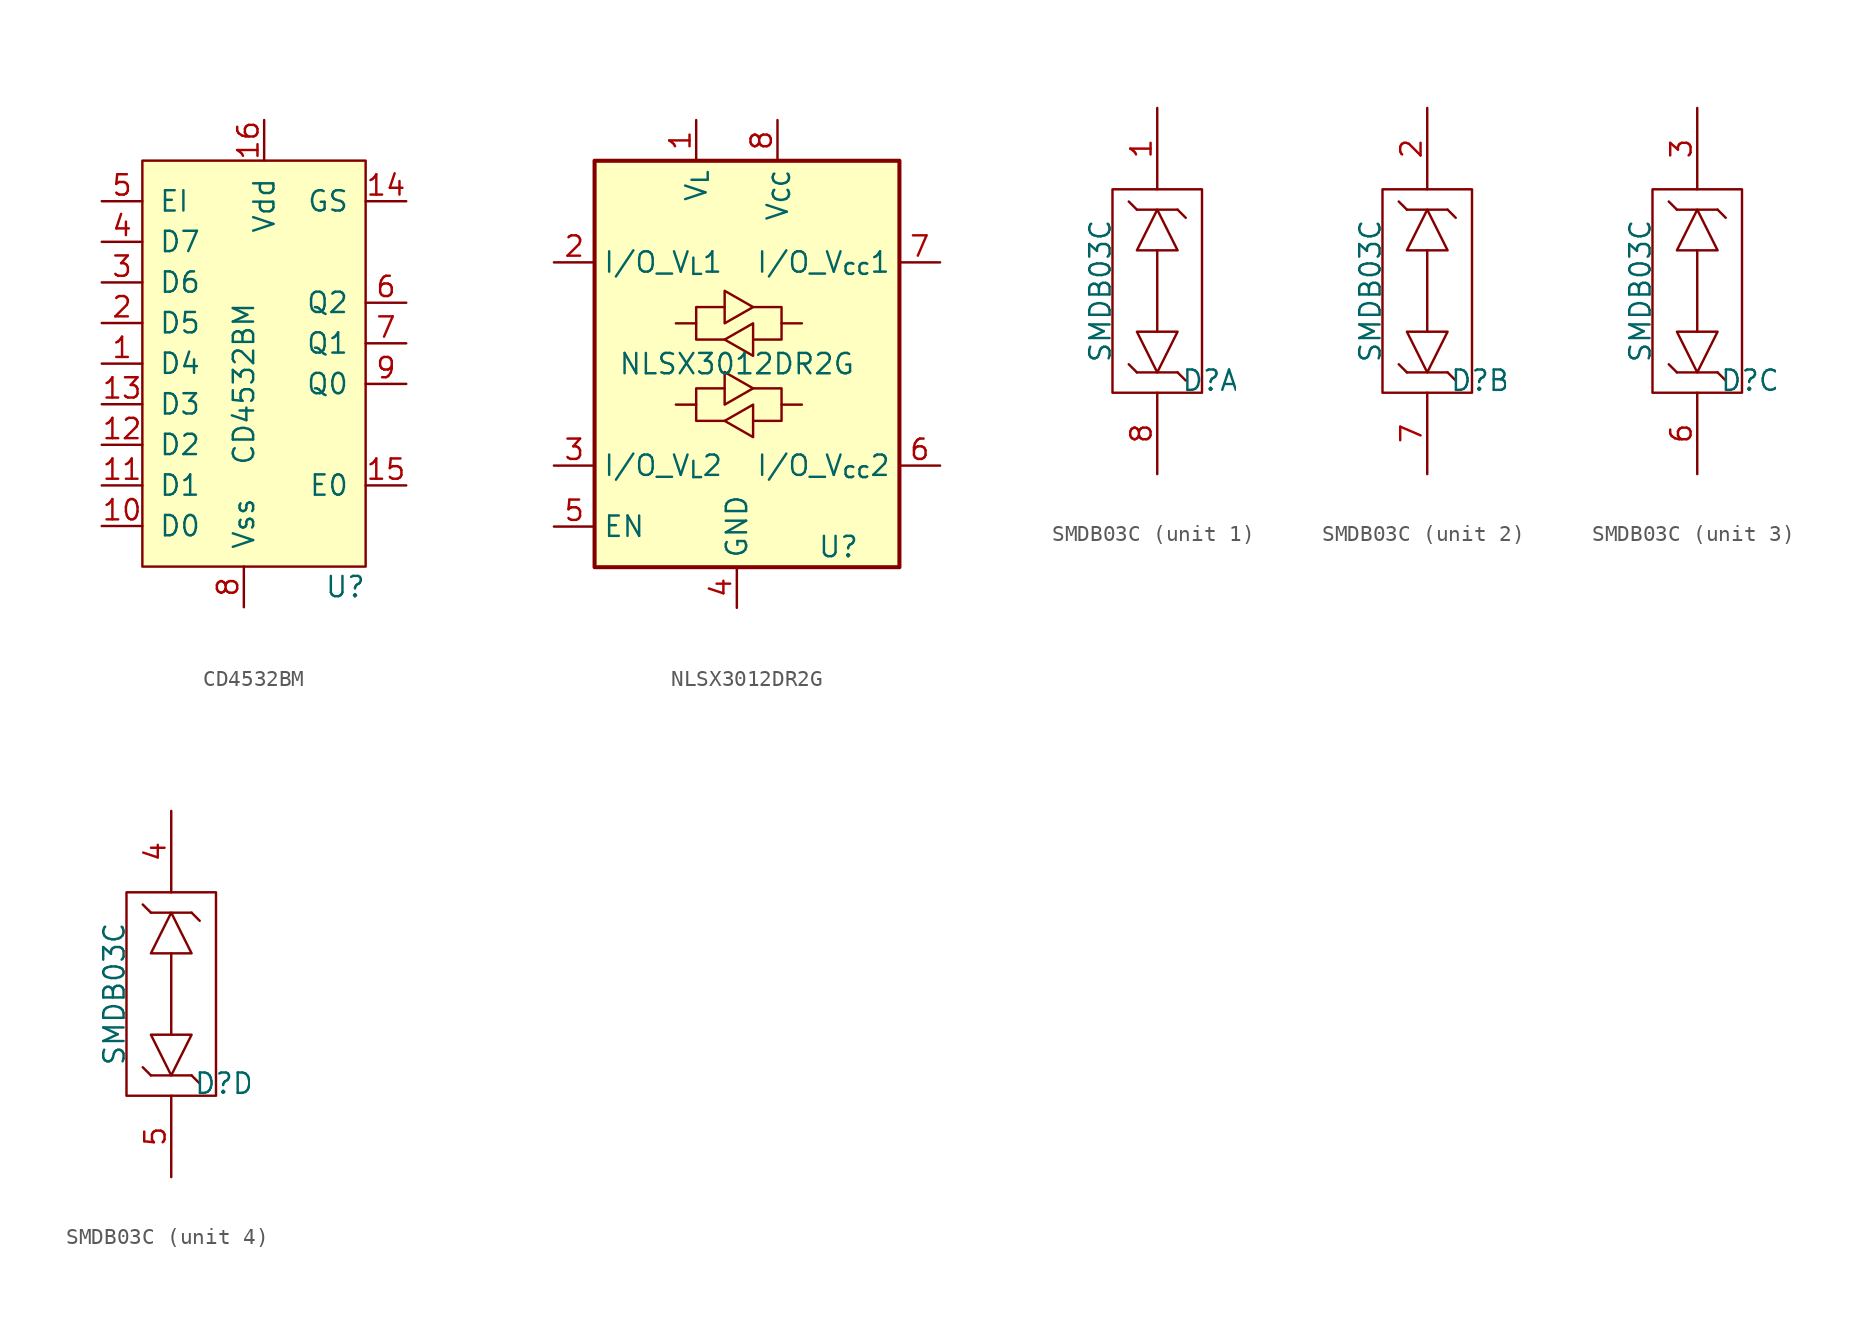
<source format=kicad_sym>
(kicad_symbol_lib
  (version 20211014)
  (generator kicad_symbol_editor)
  (symbol "CD4532BM"
    (pin_names
      (offset 1.016))
    (property "Reference" "U"
      (at 5.08 -13.97 0)
      (effects (font (size 1.27 1.27))))
    (property "Value" "CD4532BM"
      (at -1.27 -1.27 90)
      (effects (font (size 1.27 1.27))))
    (symbol "CD4532BM_0_1"
      (rectangle (start -7.62 12.7) (end 6.35 -12.7) (stroke (width 0) (type default) (color 0 0 0 0)) (fill (type background))))
    (symbol "CD4532BM_1_1"
      (pin input line (at -10.16 0 0) (length 2.54) (name "D4" (effects (font (size 1.27 1.27)))) (number "1" (effects (font (size 1.27 1.27)))))
      (pin input line (at -10.16 -10.16 0) (length 2.54) (name "D0" (effects (font (size 1.27 1.27)))) (number "10" (effects (font (size 1.27 1.27)))))
      (pin input line (at -10.16 -7.62 0) (length 2.54) (name "D1" (effects (font (size 1.27 1.27)))) (number "11" (effects (font (size 1.27 1.27)))))
      (pin input line (at -10.16 -5.08 0) (length 2.54) (name "D2" (effects (font (size 1.27 1.27)))) (number "12" (effects (font (size 1.27 1.27)))))
      (pin input line (at -10.16 -2.54 0) (length 2.54) (name "D3" (effects (font (size 1.27 1.27)))) (number "13" (effects (font (size 1.27 1.27)))))
      (pin input line (at 8.89 10.16 180) (length 2.54) (name "GS" (effects (font (size 1.27 1.27)))) (number "14" (effects (font (size 1.27 1.27)))))
      (pin input line (at 8.89 -7.62 180) (length 2.54) (name "E0" (effects (font (size 1.27 1.27)))) (number "15" (effects (font (size 1.27 1.27)))))
      (pin power_in line (at 0 15.24 270) (length 2.54) (name "Vdd" (effects (font (size 1.27 1.27)))) (number "16" (effects (font (size 1.27 1.27)))))
      (pin input line (at -10.16 2.54 0) (length 2.54) (name "D5" (effects (font (size 1.27 1.27)))) (number "2" (effects (font (size 1.27 1.27)))))
      (pin input line (at -10.16 5.08 0) (length 2.54) (name "D6" (effects (font (size 1.27 1.27)))) (number "3" (effects (font (size 1.27 1.27)))))
      (pin input line (at -10.16 7.62 0) (length 2.54) (name "D7" (effects (font (size 1.27 1.27)))) (number "4" (effects (font (size 1.27 1.27)))))
      (pin input line (at -10.16 10.16 0) (length 2.54) (name "EI" (effects (font (size 1.27 1.27)))) (number "5" (effects (font (size 1.27 1.27)))))
      (pin input line (at 8.89 3.81 180) (length 2.54) (name "Q2" (effects (font (size 1.27 1.27)))) (number "6" (effects (font (size 1.27 1.27)))))
      (pin input line (at 8.89 1.27 180) (length 2.54) (name "Q1" (effects (font (size 1.27 1.27)))) (number "7" (effects (font (size 1.27 1.27)))))
      (pin power_out line (at -1.27 -15.24 90) (length 2.54) (name "Vss" (effects (font (size 1.27 1.27)))) (number "8" (effects (font (size 1.27 1.27)))))
      (pin input line (at 8.89 -1.27 180) (length 2.54) (name "Q0" (effects (font (size 1.27 1.27)))) (number "9" (effects (font (size 1.27 1.27)))))))
  (symbol "NLSX3012DR2G"
    (property "Reference" "U"
      (at 6.35 -11.43 0)
      (effects (font (size 1.27 1.27))))
    (property "Value" "NLSX3012DR2G"
      (at 0 0 0)
      (effects (font (size 1.27 1.27))))
    (symbol "NLSX3012DR2G_1_1"
      (rectangle (start -8.89 12.7) (end 10.16 -12.7) (stroke (width 0.254) (type default) (color 0 0 0 0)) (fill (type background)))
      (polyline (pts (xy -2.54 -2.54) (xy -2.54 -1.524) (xy -0.762 -1.524)) (stroke (width 0) (type default) (color 0 0 0 0)) (fill (type none)))
      (polyline (pts (xy -2.54 2.54) (xy -2.54 3.556) (xy -0.762 3.556)) (stroke (width 0) (type default) (color 0 0 0 0)) (fill (type none)))
      (polyline (pts (xy 2.794 -2.54) (xy 2.794 -3.556) (xy 1.016 -3.556)) (stroke (width 0) (type default) (color 0 0 0 0)) (fill (type none)))
      (polyline (pts (xy 2.794 2.54) (xy 2.794 1.524) (xy 1.016 1.524)) (stroke (width 0) (type default) (color 0 0 0 0)) (fill (type none)))
      (polyline (pts (xy -0.762 -3.556) (xy -2.54 -3.556) (xy -2.54 -2.54) (xy -3.81 -2.54)) (stroke (width 0) (type default) (color 0 0 0 0)) (fill (type none)))
      (polyline (pts (xy -0.762 -2.54) (xy -0.762 -0.508) (xy 1.016 -1.524) (xy -0.762 -2.54)) (stroke (width 0) (type default) (color 0 0 0 0)) (fill (type none)))
      (polyline (pts (xy -0.762 1.524) (xy -2.54 1.524) (xy -2.54 2.54) (xy -3.81 2.54)) (stroke (width 0) (type default) (color 0 0 0 0)) (fill (type none)))
      (polyline (pts (xy -0.762 2.54) (xy -0.762 4.572) (xy 1.016 3.556) (xy -0.762 2.54)) (stroke (width 0) (type default) (color 0 0 0 0)) (fill (type none)))
      (polyline (pts (xy 1.016 -1.524) (xy 2.794 -1.524) (xy 2.794 -2.54) (xy 4.064 -2.54)) (stroke (width 0) (type default) (color 0 0 0 0)) (fill (type none)))
      (polyline (pts (xy 1.016 3.556) (xy 2.794 3.556) (xy 2.794 2.54) (xy 4.064 2.54)) (stroke (width 0) (type default) (color 0 0 0 0)) (fill (type none)))
      (polyline (pts (xy 1.016 -2.54) (xy 1.016 -4.318) (xy 1.016 -4.572) (xy -0.762 -3.556) (xy 1.016 -2.54)) (stroke (width 0) (type default) (color 0 0 0 0)) (fill (type none)))
      (polyline (pts (xy 1.016 2.54) (xy 1.016 0.762) (xy 1.016 0.508) (xy -0.762 1.524) (xy 1.016 2.54)) (stroke (width 0) (type default) (color 0 0 0 0)) (fill (type none)))
      (pin power_in line (at -2.54 15.24 270) (length 2.54) (name "V_{L}" (effects (font (size 1.27 1.27)))) (number "1" (effects (font (size 1.27 1.27)))))
      (pin bidirectional line (at -11.43 6.35 0) (length 2.54) (name "I/O_V_{L}1" (effects (font (size 1.27 1.27)))) (number "2" (effects (font (size 1.27 1.27)))))
      (pin bidirectional line (at -11.43 -6.35 0) (length 2.54) (name "I/O_V_{L}2" (effects (font (size 1.27 1.27)))) (number "3" (effects (font (size 1.27 1.27)))))
      (pin power_in line (at 0 -15.24 90) (length 2.54) (name "GND" (effects (font (size 1.27 1.27)))) (number "4" (effects (font (size 1.27 1.27)))))
      (pin input line (at -11.43 -10.16 0) (length 2.54) (name "EN" (effects (font (size 1.27 1.27)))) (number "5" (effects (font (size 1.27 1.27)))))
      (pin bidirectional line (at 12.7 -6.35 180) (length 2.54) (name "I/O_V_{cc}2" (effects (font (size 1.27 1.27)))) (number "6" (effects (font (size 1.27 1.27)))))
      (pin bidirectional line (at 12.7 6.35 180) (length 2.54) (name "I/O_V_{cc}1" (effects (font (size 1.27 1.27)))) (number "7" (effects (font (size 1.27 1.27)))))
      (pin power_in line (at 2.54 15.24 270) (length 2.54) (name "V_{CC}" (effects (font (size 1.27 1.27)))) (number "8" (effects (font (size 1.27 1.27)))))))
  (symbol "SMDB03C"
    (property "Reference" "D"
      (at 3.302 -5.588 0)
      (effects (font (size 1.27 1.27))))
    (property "Value" "SMDB03C"
      (at -3.556 0 90)
      (effects (font (size 1.27 1.27))))
    (symbol "SMDB03C_0_1"
      (rectangle (start -2.794 6.35) (end 2.794 -6.35) (stroke (width 0.152) (type default) (color 0 0 0 0)) (fill (type none)))
      (polyline (pts (xy -1.27 -5.08) (xy -1.778 -4.572)) (stroke (width 0.152) (type default) (color 0 0 0 0)) (fill (type none)))
      (polyline (pts (xy -1.27 -5.08) (xy 1.27 -5.08)) (stroke (width 0.152) (type default) (color 0 0 0 0)) (fill (type none)))
      (polyline (pts (xy -1.27 5.08) (xy -1.778 5.588)) (stroke (width 0.152) (type default) (color 0 0 0 0)) (fill (type none)))
      (polyline (pts (xy -1.27 5.08) (xy 1.27 5.08)) (stroke (width 0.152) (type default) (color 0 0 0 0)) (fill (type none)))
      (polyline (pts (xy 0 2.54) (xy 0 -2.54)) (stroke (width 0.152) (type default) (color 0 0 0 0)) (fill (type none)))
      (polyline (pts (xy 1.27 -5.08) (xy 1.778 -5.588)) (stroke (width 0.152) (type default) (color 0 0 0 0)) (fill (type none)))
      (polyline (pts (xy 1.27 5.08) (xy 1.778 4.572)) (stroke (width 0.152) (type default) (color 0 0 0 0)) (fill (type none)))
      (polyline (pts (xy 0 -5.08) (xy -1.27 -2.54) (xy 1.27 -2.54) (xy 0 -5.08)) (stroke (width 0.152) (type default) (color 0 0 0 0)) (fill (type none)))
      (polyline (pts (xy 0 5.08) (xy -1.27 2.54) (xy 1.27 2.54) (xy 0 5.08)) (stroke (width 0.152) (type default) (color 0 0 0 0)) (fill (type none))))
    (symbol "SMDB03C_1_1"
      (pin passive line (at 0 11.43 270) (length 5.08) (name "" (effects (font (size 1.27 1.27)))) (number "1" (effects (font (size 1.27 1.27)))))
      (pin passive line (at 0 -11.43 90) (length 5.08) (name "" (effects (font (size 1.27 1.27)))) (number "8" (effects (font (size 1.27 1.27))))))
    (symbol "SMDB03C_2_1"
      (pin passive line (at 0 11.43 270) (length 5.08) (name "" (effects (font (size 1.27 1.27)))) (number "2" (effects (font (size 1.27 1.27)))))
      (pin passive line (at 0 -11.43 90) (length 5.08) (name "" (effects (font (size 1.27 1.27)))) (number "7" (effects (font (size 1.27 1.27))))))
    (symbol "SMDB03C_3_1"
      (pin passive line (at 0 11.43 270) (length 5.08) (name "" (effects (font (size 1.27 1.27)))) (number "3" (effects (font (size 1.27 1.27)))))
      (pin passive line (at 0 -11.43 90) (length 5.08) (name "" (effects (font (size 1.27 1.27)))) (number "6" (effects (font (size 1.27 1.27))))))
    (symbol "SMDB03C_4_1"
      (pin passive line (at 0 11.43 270) (length 5.08) (name "" (effects (font (size 1.27 1.27)))) (number "4" (effects (font (size 1.27 1.27)))))
      (pin passive line (at 0 -11.43 90) (length 5.08) (name "" (effects (font (size 1.27 1.27)))) (number "5" (effects (font (size 1.27 1.27))))))))
</source>
